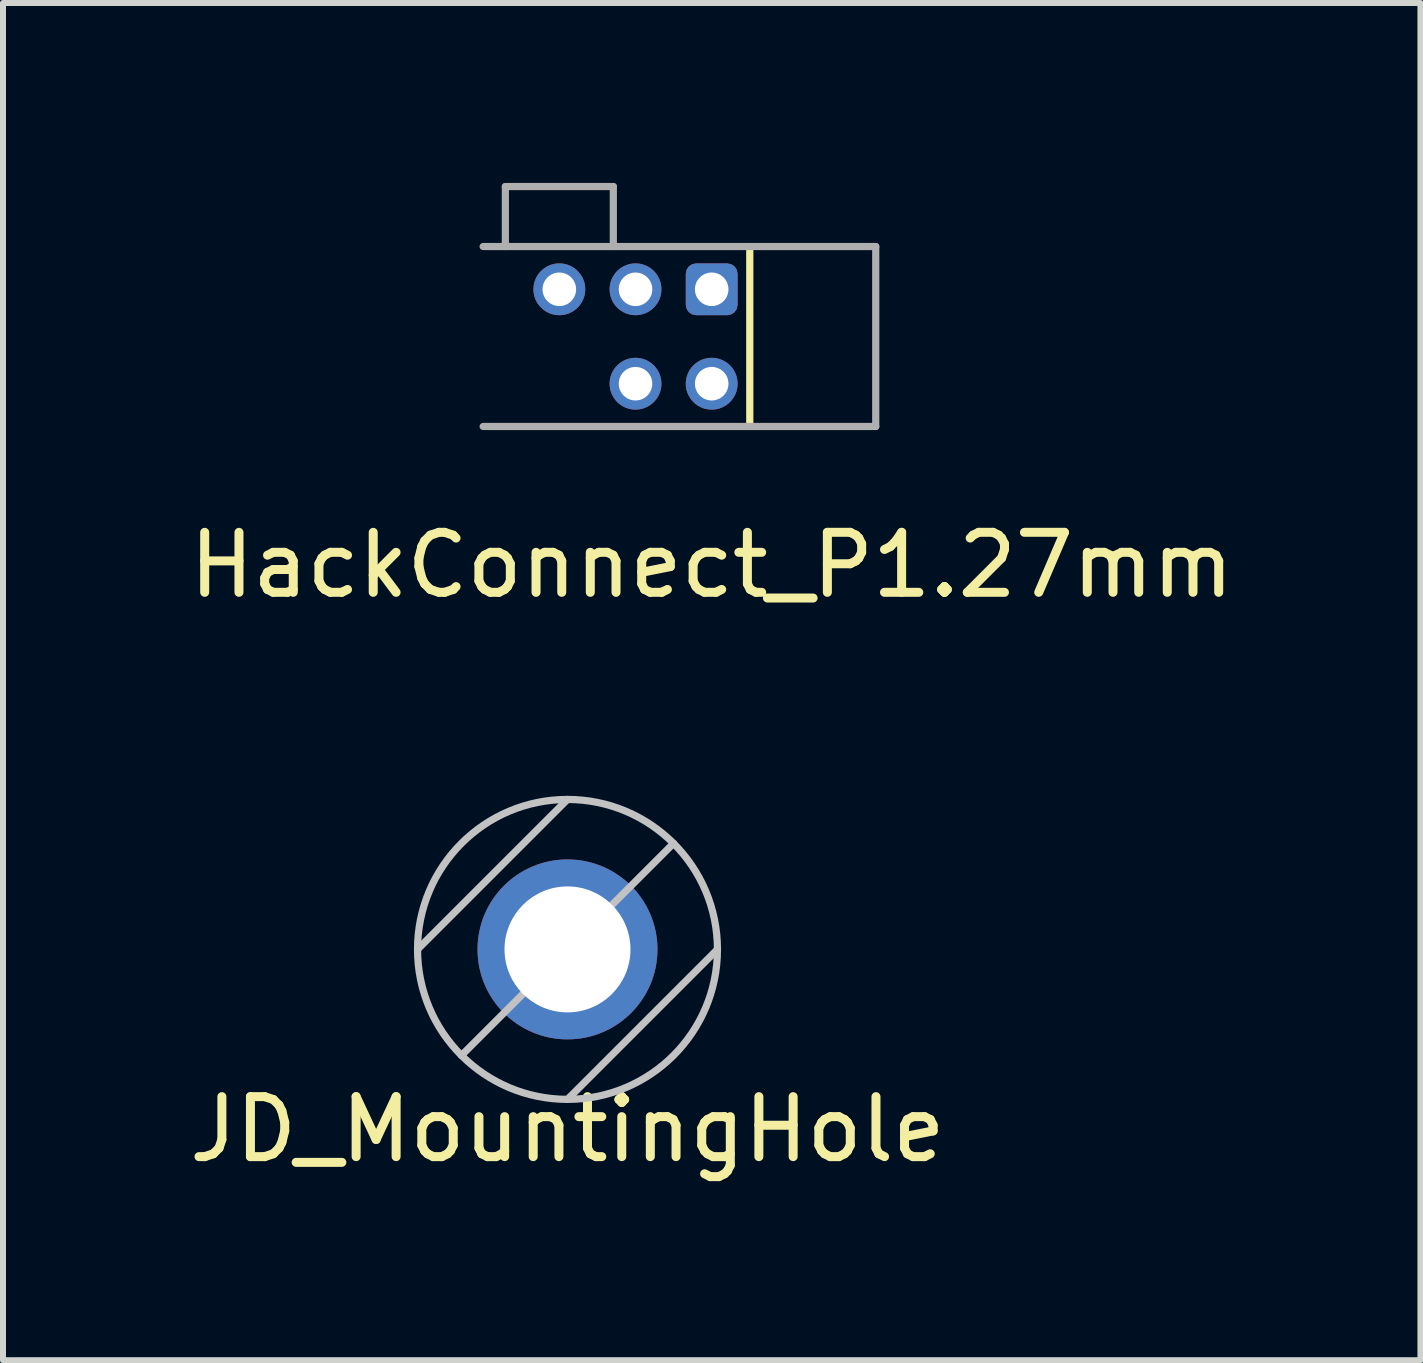
<source format=kicad_pcb>
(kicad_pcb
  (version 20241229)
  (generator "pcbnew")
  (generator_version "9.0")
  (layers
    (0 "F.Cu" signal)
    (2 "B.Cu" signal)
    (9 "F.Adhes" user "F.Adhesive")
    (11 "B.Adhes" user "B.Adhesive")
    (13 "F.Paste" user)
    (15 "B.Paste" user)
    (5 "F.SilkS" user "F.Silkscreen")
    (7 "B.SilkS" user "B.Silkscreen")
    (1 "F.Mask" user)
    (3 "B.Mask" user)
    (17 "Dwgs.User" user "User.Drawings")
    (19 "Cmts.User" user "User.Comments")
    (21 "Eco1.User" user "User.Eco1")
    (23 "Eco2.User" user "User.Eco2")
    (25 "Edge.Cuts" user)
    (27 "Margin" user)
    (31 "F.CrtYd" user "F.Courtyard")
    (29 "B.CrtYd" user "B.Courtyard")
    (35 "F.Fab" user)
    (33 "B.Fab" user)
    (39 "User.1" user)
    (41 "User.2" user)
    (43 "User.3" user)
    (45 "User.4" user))
  (footprint "HackConnect_P1.27mm"
    (layer "F.Cu")
    (at 8.815 2.56)
    (property "Reference" "HackConnect_P1.27mm" (at 0 3.81 0) (layer "F.SilkS") (effects (font (size 1 1) (thickness 0.15))))
    (attr through_hole)
    (fp_line (start 0.635 -1.5) (end 0.635 1.5) (stroke (width 0.12) (type solid)) (layer "F.SilkS"))
    (fp_line (start -3.81 -1.5) (end 2.735 -1.5) (stroke (width 0.12) (type solid)) (layer "F.Fab"))
    (fp_line (start -3.44 -2.5) (end -3.44 -1.5) (stroke (width 0.12) (type solid)) (layer "F.Fab"))
    (fp_line (start -1.64 -2.5) (end -3.44 -2.5) (stroke (width 0.12) (type solid)) (layer "F.Fab"))
    (fp_line (start -1.64 -2.5) (end -1.64 -1.5) (stroke (width 0.12) (type solid)) (layer "F.Fab"))
    (fp_line (start 2.735 -1.5) (end 2.735 1.5) (stroke (width 0.12) (type solid)) (layer "F.Fab"))
    (fp_line (start 2.735 1.5) (end -3.81 1.5) (stroke (width 0.12) (type solid)) (layer "F.Fab"))
    (pad "1" thru_hole roundrect (at 0 -0.787) (size 0.864 0.864) (drill 0.559) (layers "*.Cu" "*.Mask") (roundrect_rratio 0.2))
    (pad "2" thru_hole circle (at 0 0.787) (size 0.864 0.864) (drill 0.559) (layers "*.Cu" "*.Mask"))
    (pad "3" thru_hole circle (at -1.27 -0.787) (size 0.864 0.864) (drill 0.559) (layers "*.Cu" "*.Mask"))
    (pad "4" thru_hole circle (at -1.27 0.787) (size 0.864 0.864) (drill 0.559) (layers "*.Cu" "*.Mask"))
    (pad "5" thru_hole circle (at -2.54 -0.787) (size 0.864 0.864) (drill 0.559) (layers "*.Cu" "*.Mask")))
  (footprint "JD_MountingHole"
    (layer "F.Cu")
    (at 6.411 12.778)
    (property "Reference" "JD_MountingHole" (at 0 3 0) (layer "F.SilkS") (effects (font (size 1 1) (thickness 0.15))))
    (attr through_hole)
    (fp_line (start 0 -2.5) (end -2.5 0) (stroke (width 0.12) (type solid)) (layer "Dwgs.User"))
    (fp_line (start 1.768 -1.768) (end -1.768 1.768) (stroke (width 0.12) (type solid)) (layer "Dwgs.User"))
    (fp_line (start 2.5 0) (end 0 2.5) (stroke (width 0.12) (type solid)) (layer "Dwgs.User"))
    (fp_circle (center 0 0) (end 2.5 0) (stroke (width 0.12) (type solid)) (fill no) (layer "Dwgs.User"))
    (pad "1" thru_hole circle (at 0 0) (size 3 3) (drill 2.1) (layers "*.Cu" "*.Mask")))
  (gr_rect
    (start -3 -3)
    (end 20.631 19.627)
    (stroke (width 0.1) (type default))
    (fill no)
    (layer "Edge.Cuts")))
</source>
